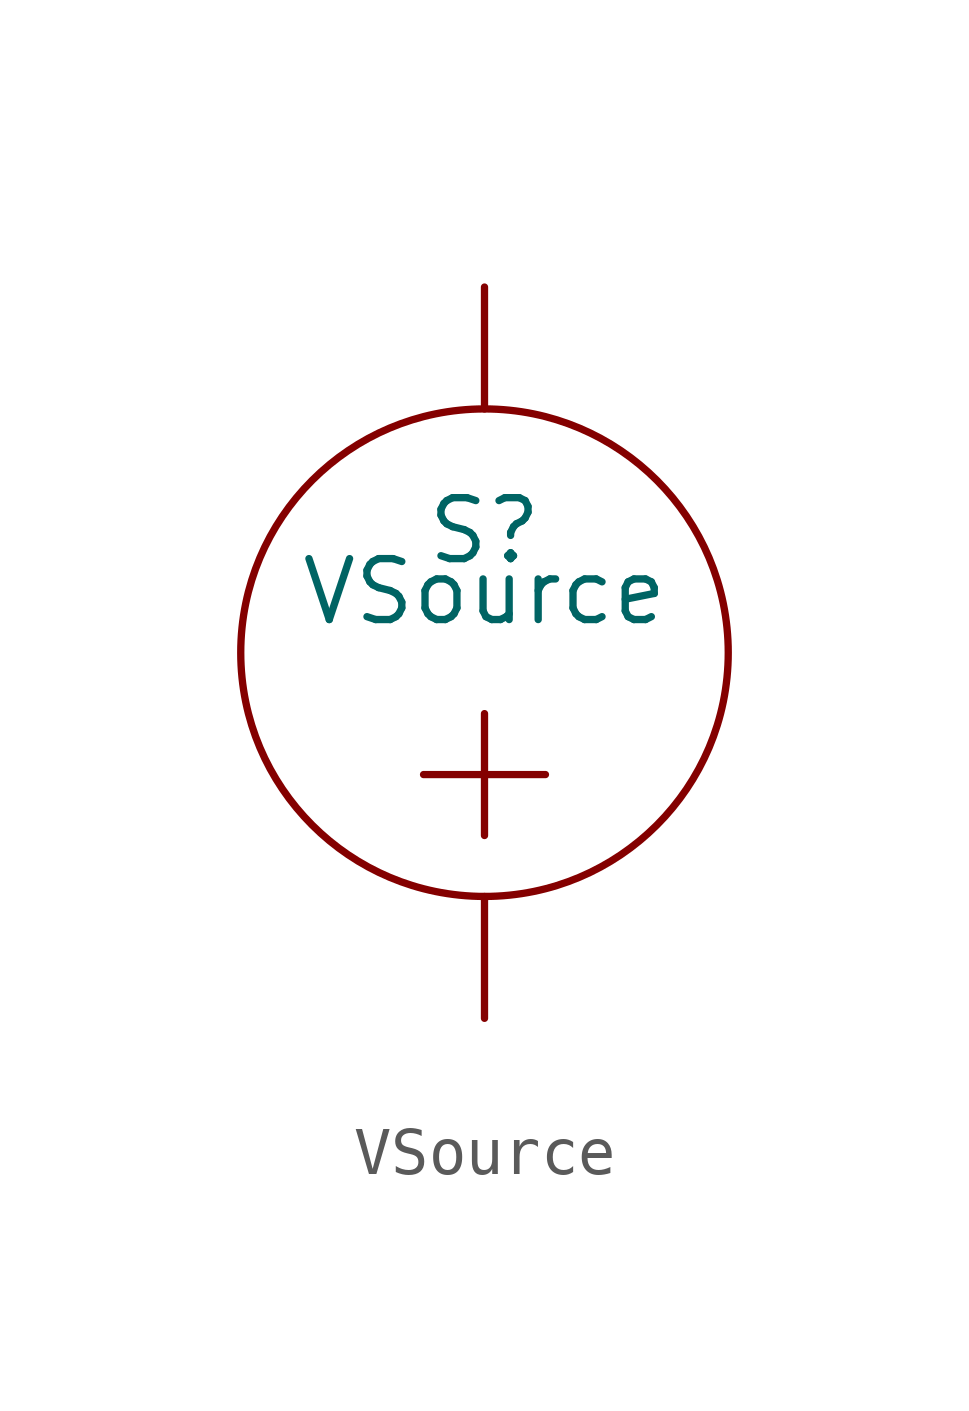
<source format=kicad_sym>
(kicad_symbol_lib
  (version 20211014)
  (generator kicad_symbol_editor)
  (symbol "VSource"
    (property "Reference" "S"
      (at 0 2.54 0)
      (effects (font (size 1.27 1.27))))
    (property "Value" "VSource"
      (at 0 1.27 0)
      (effects (font (size 1.27 1.27))))
    (symbol "VSource_0_1"
      (polyline (pts (xy -1.27 -2.54) (xy 1.27 -2.54)) (stroke (width 0) (type default) (color 0 0 0 0)) (fill (type none)))
      (polyline (pts (xy 0 -1.27) (xy 0 -3.81)) (stroke (width 0) (type default) (color 0 0 0 0)) (fill (type none)))
      (circle (center 0 0) (radius 5.08) (stroke (width 0) (type default) (color 0 0 0 0)) (fill (type none))))
    (symbol "VSource_1_1"
      (pin input line (at 0 -7.62 90) (length 2.54) (name "" (effects (font (size 1.27 1.27)))) (number "" (effects (font (size 1.27 1.27)))))
      (pin input line (at 0 7.62 270) (length 2.54) (name "" (effects (font (size 1.27 1.27)))) (number "" (effects (font (size 1.27 1.27))))))))
</source>
